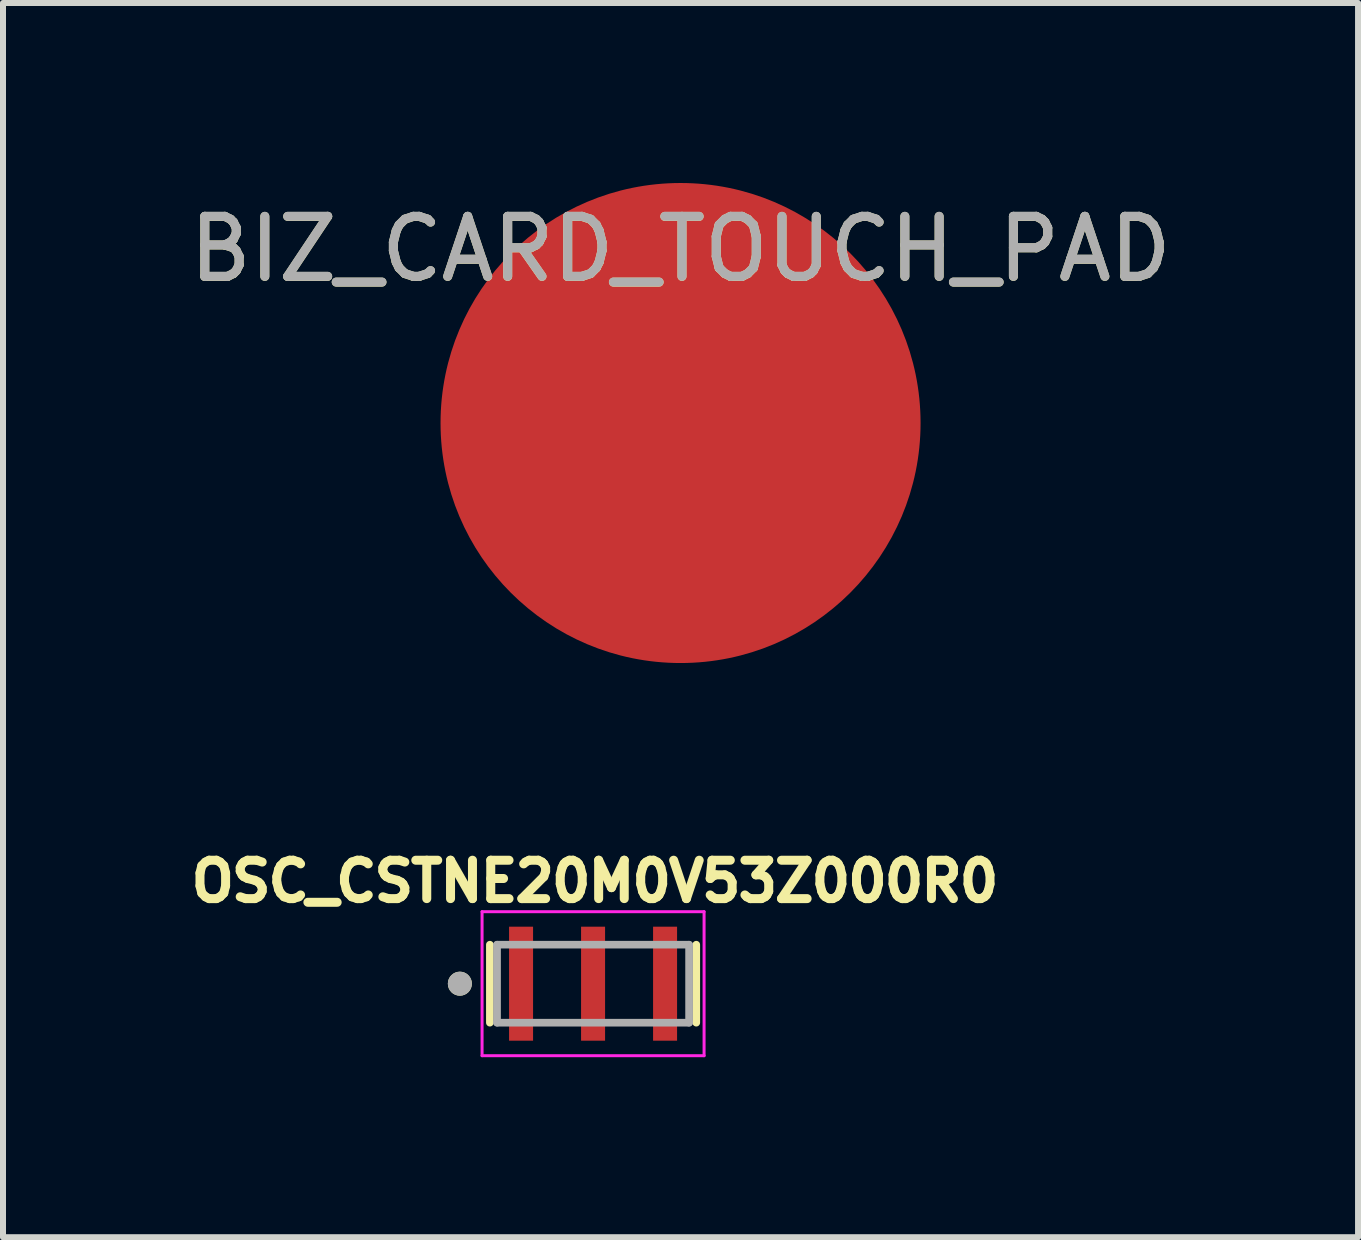
<source format=kicad_pcb>
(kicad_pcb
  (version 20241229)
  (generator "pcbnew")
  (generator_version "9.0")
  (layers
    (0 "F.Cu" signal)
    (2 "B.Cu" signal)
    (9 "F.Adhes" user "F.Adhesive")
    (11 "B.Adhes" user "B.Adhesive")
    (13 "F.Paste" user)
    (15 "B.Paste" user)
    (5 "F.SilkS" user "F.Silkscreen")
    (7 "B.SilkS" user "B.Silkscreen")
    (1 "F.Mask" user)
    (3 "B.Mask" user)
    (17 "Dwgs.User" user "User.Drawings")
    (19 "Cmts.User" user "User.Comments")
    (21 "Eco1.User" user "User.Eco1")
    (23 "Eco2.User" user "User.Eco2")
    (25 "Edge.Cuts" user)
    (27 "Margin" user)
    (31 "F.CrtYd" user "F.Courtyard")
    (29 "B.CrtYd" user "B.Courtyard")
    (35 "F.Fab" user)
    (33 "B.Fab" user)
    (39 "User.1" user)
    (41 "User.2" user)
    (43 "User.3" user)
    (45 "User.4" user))
  (footprint "BIZ_CARD_TOUCH_PAD"
    (layer "F.Cu")
    (at 8.292 4)
    (property "Reference" "BIZ_CARD_TOUCH_PAD" (at 0 -2.898 0) (layer "F.SilkS") (effects (font (size 1 1) (thickness 0.15))))
    (attr exclude_from_pos_files exclude_from_bom)
    (fp_text user "${REFERENCE}" (at 0 -2.9 0) (layer "F.Fab") (effects (font (size 1 1) (thickness 0.15))))
    (pad "1" smd circle (at 0 0) (size 8 8) (layers "F.Cu")))
  (footprint "OSC_CSTNE20M0V53Z000R0"
    (layer "F.Cu")
    (at 6.834 13.344)
    (property "Reference" "OSC_CSTNE20M0V53Z000R0" (at 0.032 -1.706 0) (layer "F.SilkS") (effects (font (size 0.64 0.64) (thickness 0.15))))
    (attr smd)
    (fp_line (start -1.72 -0.65) (end -1.72 0.65) (stroke (width 0.127) (type solid)) (layer "F.SilkS"))
    (fp_line (start 1.72 -0.65) (end 1.72 0.65) (stroke (width 0.127) (type solid)) (layer "F.SilkS"))
    (fp_circle (center -2.22 0) (end -2.12 0) (stroke (width 0.2) (type solid)) (fill no) (layer "F.SilkS"))
    (fp_line (start -1.85 -1.2) (end 1.85 -1.2) (stroke (width 0.05) (type solid)) (layer "F.CrtYd"))
    (fp_line (start -1.85 1.2) (end -1.85 -1.2) (stroke (width 0.05) (type solid)) (layer "F.CrtYd"))
    (fp_line (start 1.85 -1.2) (end 1.85 1.2) (stroke (width 0.05) (type solid)) (layer "F.CrtYd"))
    (fp_line (start 1.85 1.2) (end -1.85 1.2) (stroke (width 0.05) (type solid)) (layer "F.CrtYd"))
    (fp_line (start -1.6 -0.65) (end -1.6 0.65) (stroke (width 0.127) (type solid)) (layer "F.Fab"))
    (fp_line (start -1.6 -0.65) (end 1.6 -0.65) (stroke (width 0.127) (type solid)) (layer "F.Fab"))
    (fp_line (start 1.6 -0.65) (end 1.6 0.65) (stroke (width 0.127) (type solid)) (layer "F.Fab"))
    (fp_line (start 1.6 0.65) (end -1.6 0.65) (stroke (width 0.127) (type solid)) (layer "F.Fab"))
    (fp_circle (center -2.22 0) (end -2.12 0) (stroke (width 0.2) (type solid)) (fill no) (layer "F.Fab"))
    (pad "1" smd rect (at -1.2 0) (size 0.4 1.9) (layers "F.Cu" "F.Mask" "F.Paste"))
    (pad "2" smd rect (at 0 0) (size 0.4 1.9) (layers "F.Cu" "F.Mask" "F.Paste"))
    (pad "3" smd rect (at 1.2 0) (size 0.4 1.9) (layers "F.Cu" "F.Mask" "F.Paste")))
  (gr_rect
    (start -3 -3)
    (end 19.583 17.569)
    (stroke (width 0.1) (type default))
    (fill no)
    (layer "Edge.Cuts")))
</source>
